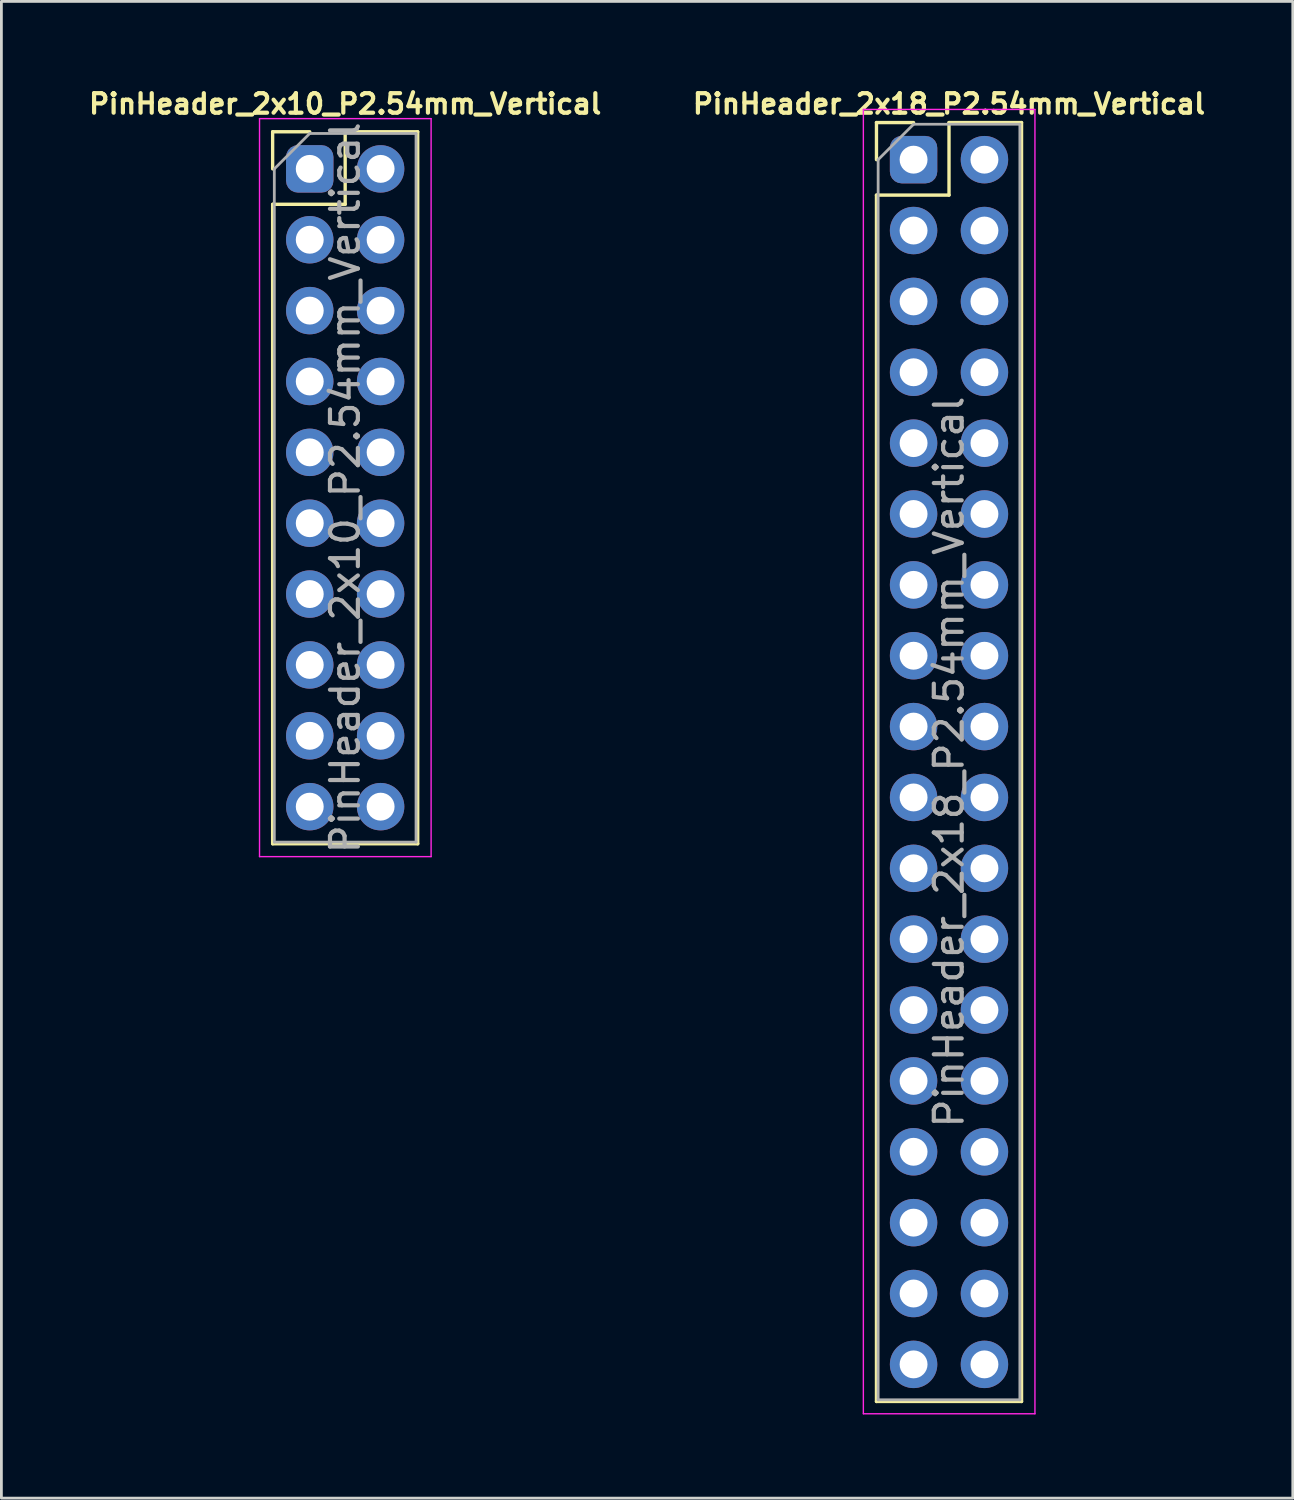
<source format=kicad_pcb>
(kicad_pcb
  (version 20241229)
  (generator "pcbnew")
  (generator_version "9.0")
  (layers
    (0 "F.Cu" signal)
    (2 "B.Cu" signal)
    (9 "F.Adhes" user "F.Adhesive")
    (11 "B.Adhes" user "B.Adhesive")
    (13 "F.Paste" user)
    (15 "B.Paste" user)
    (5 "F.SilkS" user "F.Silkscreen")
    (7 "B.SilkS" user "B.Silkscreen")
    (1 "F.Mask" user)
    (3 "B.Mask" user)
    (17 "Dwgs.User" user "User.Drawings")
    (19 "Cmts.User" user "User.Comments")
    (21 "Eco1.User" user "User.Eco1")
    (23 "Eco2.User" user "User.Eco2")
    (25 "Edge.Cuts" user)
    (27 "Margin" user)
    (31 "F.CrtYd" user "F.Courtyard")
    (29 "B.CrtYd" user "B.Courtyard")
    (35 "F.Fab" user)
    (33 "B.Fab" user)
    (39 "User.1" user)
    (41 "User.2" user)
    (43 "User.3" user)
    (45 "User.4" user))
  (footprint "PinHeader_2x10_P2.54mm_Vertical"
    (layer "F.Cu")
    (at 8.052 3.003)
    (property "Reference" "PinHeader_2x10_P2.54mm_Vertical" (at 1.27 -2.33 0) (layer "F.SilkS") (effects (font (size 0.7 0.7) (thickness 0.15))))
    (attr through_hole)
    (fp_line (start -1.33 -1.33) (end 0 -1.33) (stroke (width 0.12) (type solid)) (layer "F.SilkS"))
    (fp_line (start -1.33 0) (end -1.33 -1.33) (stroke (width 0.12) (type solid)) (layer "F.SilkS"))
    (fp_line (start -1.33 1.27) (end -1.33 24.19) (stroke (width 0.12) (type solid)) (layer "F.SilkS"))
    (fp_line (start -1.33 1.27) (end 1.27 1.27) (stroke (width 0.12) (type solid)) (layer "F.SilkS"))
    (fp_line (start -1.33 24.19) (end 3.87 24.19) (stroke (width 0.12) (type solid)) (layer "F.SilkS"))
    (fp_line (start 1.27 -1.33) (end 3.87 -1.33) (stroke (width 0.12) (type solid)) (layer "F.SilkS"))
    (fp_line (start 1.27 1.27) (end 1.27 -1.33) (stroke (width 0.12) (type solid)) (layer "F.SilkS"))
    (fp_line (start 3.87 -1.33) (end 3.87 24.19) (stroke (width 0.12) (type solid)) (layer "F.SilkS"))
    (fp_line (start -1.8 -1.8) (end -1.8 24.65) (stroke (width 0.05) (type solid)) (layer "F.CrtYd"))
    (fp_line (start -1.8 24.65) (end 4.35 24.65) (stroke (width 0.05) (type solid)) (layer "F.CrtYd"))
    (fp_line (start 4.35 -1.8) (end -1.8 -1.8) (stroke (width 0.05) (type solid)) (layer "F.CrtYd"))
    (fp_line (start 4.35 24.65) (end 4.35 -1.8) (stroke (width 0.05) (type solid)) (layer "F.CrtYd"))
    (fp_line (start -1.27 0) (end 0 -1.27) (stroke (width 0.1) (type solid)) (layer "F.Fab"))
    (fp_line (start -1.27 24.13) (end -1.27 0) (stroke (width 0.1) (type solid)) (layer "F.Fab"))
    (fp_line (start 0 -1.27) (end 3.81 -1.27) (stroke (width 0.1) (type solid)) (layer "F.Fab"))
    (fp_line (start 3.81 -1.27) (end 3.81 24.13) (stroke (width 0.1) (type solid)) (layer "F.Fab"))
    (fp_line (start 3.81 24.13) (end -1.27 24.13) (stroke (width 0.1) (type solid)) (layer "F.Fab"))
    (fp_text user "${REFERENCE}" (at 1.27 11.43 90) (layer "F.Fab") (effects (font (size 1 1) (thickness 0.15))))
    (pad "1" thru_hole roundrect (at 0 0) (size 1.7 1.7) (drill 1) (layers "*.Cu" "*.Mask") (roundrect_rratio 0.25))
    (pad "2" thru_hole oval (at 2.54 0) (size 1.7 1.7) (drill 1) (layers "*.Cu" "*.Mask"))
    (pad "3" thru_hole oval (at 0 2.54) (size 1.7 1.7) (drill 1) (layers "*.Cu" "*.Mask"))
    (pad "4" thru_hole oval (at 2.54 2.54) (size 1.7 1.7) (drill 1) (layers "*.Cu" "*.Mask"))
    (pad "5" thru_hole oval (at 0 5.08) (size 1.7 1.7) (drill 1) (layers "*.Cu" "*.Mask"))
    (pad "6" thru_hole oval (at 2.54 5.08) (size 1.7 1.7) (drill 1) (layers "*.Cu" "*.Mask"))
    (pad "7" thru_hole oval (at 0 7.62) (size 1.7 1.7) (drill 1) (layers "*.Cu" "*.Mask"))
    (pad "8" thru_hole oval (at 2.54 7.62) (size 1.7 1.7) (drill 1) (layers "*.Cu" "*.Mask"))
    (pad "9" thru_hole oval (at 0 10.16) (size 1.7 1.7) (drill 1) (layers "*.Cu" "*.Mask"))
    (pad "10" thru_hole oval (at 2.54 10.16) (size 1.7 1.7) (drill 1) (layers "*.Cu" "*.Mask"))
    (pad "11" thru_hole oval (at 0 12.7) (size 1.7 1.7) (drill 1) (layers "*.Cu" "*.Mask"))
    (pad "12" thru_hole oval (at 2.54 12.7) (size 1.7 1.7) (drill 1) (layers "*.Cu" "*.Mask"))
    (pad "13" thru_hole oval (at 0 15.24) (size 1.7 1.7) (drill 1) (layers "*.Cu" "*.Mask"))
    (pad "14" thru_hole oval (at 2.54 15.24) (size 1.7 1.7) (drill 1) (layers "*.Cu" "*.Mask"))
    (pad "15" thru_hole oval (at 0 17.78) (size 1.7 1.7) (drill 1) (layers "*.Cu" "*.Mask"))
    (pad "16" thru_hole oval (at 2.54 17.78) (size 1.7 1.7) (drill 1) (layers "*.Cu" "*.Mask"))
    (pad "17" thru_hole oval (at 0 20.32) (size 1.7 1.7) (drill 1) (layers "*.Cu" "*.Mask"))
    (pad "18" thru_hole oval (at 2.54 20.32) (size 1.7 1.7) (drill 1) (layers "*.Cu" "*.Mask"))
    (pad "19" thru_hole oval (at 0 22.86) (size 1.7 1.7) (drill 1) (layers "*.Cu" "*.Mask"))
    (pad "20" thru_hole oval (at 2.54 22.86) (size 1.7 1.7) (drill 1) (layers "*.Cu" "*.Mask")))
  (footprint "PinHeader_2x18_P2.54mm_Vertical"
    (layer "F.Cu")
    (at 29.695 2.673)
    (property "Reference" "PinHeader_2x18_P2.54mm_Vertical" (at 1.27 -2 0) (layer "F.SilkS") (effects (font (size 0.7 0.7) (thickness 0.15))))
    (attr through_hole)
    (fp_line (start -1.33 -1.33) (end 0 -1.33) (stroke (width 0.12) (type solid)) (layer "F.SilkS"))
    (fp_line (start -1.33 0) (end -1.33 -1.33) (stroke (width 0.12) (type solid)) (layer "F.SilkS"))
    (fp_line (start -1.33 1.27) (end -1.33 44.51) (stroke (width 0.12) (type solid)) (layer "F.SilkS"))
    (fp_line (start -1.33 1.27) (end 1.27 1.27) (stroke (width 0.12) (type solid)) (layer "F.SilkS"))
    (fp_line (start -1.33 44.51) (end 3.87 44.51) (stroke (width 0.12) (type solid)) (layer "F.SilkS"))
    (fp_line (start 1.27 -1.33) (end 3.87 -1.33) (stroke (width 0.12) (type solid)) (layer "F.SilkS"))
    (fp_line (start 1.27 1.27) (end 1.27 -1.33) (stroke (width 0.12) (type solid)) (layer "F.SilkS"))
    (fp_line (start 3.87 -1.33) (end 3.87 44.51) (stroke (width 0.12) (type solid)) (layer "F.SilkS"))
    (fp_line (start -1.8 -1.8) (end -1.8 44.95) (stroke (width 0.05) (type solid)) (layer "F.CrtYd"))
    (fp_line (start -1.8 44.95) (end 4.35 44.95) (stroke (width 0.05) (type solid)) (layer "F.CrtYd"))
    (fp_line (start 4.35 -1.8) (end -1.8 -1.8) (stroke (width 0.05) (type solid)) (layer "F.CrtYd"))
    (fp_line (start 4.35 44.95) (end 4.35 -1.8) (stroke (width 0.05) (type solid)) (layer "F.CrtYd"))
    (fp_line (start -1.27 0) (end 0 -1.27) (stroke (width 0.1) (type solid)) (layer "F.Fab"))
    (fp_line (start -1.27 44.45) (end -1.27 0) (stroke (width 0.1) (type solid)) (layer "F.Fab"))
    (fp_line (start 0 -1.27) (end 3.81 -1.27) (stroke (width 0.1) (type solid)) (layer "F.Fab"))
    (fp_line (start 3.81 -1.27) (end 3.81 44.45) (stroke (width 0.1) (type solid)) (layer "F.Fab"))
    (fp_line (start 3.81 44.45) (end -1.27 44.45) (stroke (width 0.1) (type solid)) (layer "F.Fab"))
    (fp_text user "${REFERENCE}" (at 1.27 21.59 90) (layer "F.Fab") (effects (font (size 1 1) (thickness 0.15))))
    (pad "1" thru_hole roundrect (at 0 0) (size 1.7 1.7) (drill 1) (layers "*.Cu" "*.Mask") (roundrect_rratio 0.25))
    (pad "2" thru_hole oval (at 2.54 0) (size 1.7 1.7) (drill 1) (layers "*.Cu" "*.Mask"))
    (pad "3" thru_hole oval (at 0 2.54) (size 1.7 1.7) (drill 1) (layers "*.Cu" "*.Mask"))
    (pad "4" thru_hole oval (at 2.54 2.54) (size 1.7 1.7) (drill 1) (layers "*.Cu" "*.Mask"))
    (pad "5" thru_hole oval (at 0 5.08) (size 1.7 1.7) (drill 1) (layers "*.Cu" "*.Mask"))
    (pad "6" thru_hole oval (at 2.54 5.08) (size 1.7 1.7) (drill 1) (layers "*.Cu" "*.Mask"))
    (pad "7" thru_hole oval (at 0 7.62) (size 1.7 1.7) (drill 1) (layers "*.Cu" "*.Mask"))
    (pad "8" thru_hole oval (at 2.54 7.62) (size 1.7 1.7) (drill 1) (layers "*.Cu" "*.Mask"))
    (pad "9" thru_hole oval (at 0 10.16) (size 1.7 1.7) (drill 1) (layers "*.Cu" "*.Mask"))
    (pad "10" thru_hole oval (at 2.54 10.16) (size 1.7 1.7) (drill 1) (layers "*.Cu" "*.Mask"))
    (pad "11" thru_hole oval (at 0 12.7) (size 1.7 1.7) (drill 1) (layers "*.Cu" "*.Mask"))
    (pad "12" thru_hole oval (at 2.54 12.7) (size 1.7 1.7) (drill 1) (layers "*.Cu" "*.Mask"))
    (pad "13" thru_hole oval (at 0 15.24) (size 1.7 1.7) (drill 1) (layers "*.Cu" "*.Mask"))
    (pad "14" thru_hole oval (at 2.54 15.24) (size 1.7 1.7) (drill 1) (layers "*.Cu" "*.Mask"))
    (pad "15" thru_hole oval (at 0 17.78) (size 1.7 1.7) (drill 1) (layers "*.Cu" "*.Mask"))
    (pad "16" thru_hole oval (at 2.54 17.78) (size 1.7 1.7) (drill 1) (layers "*.Cu" "*.Mask"))
    (pad "17" thru_hole oval (at 0 20.32) (size 1.7 1.7) (drill 1) (layers "*.Cu" "*.Mask"))
    (pad "18" thru_hole oval (at 2.54 20.32) (size 1.7 1.7) (drill 1) (layers "*.Cu" "*.Mask"))
    (pad "19" thru_hole oval (at 0 22.86) (size 1.7 1.7) (drill 1) (layers "*.Cu" "*.Mask"))
    (pad "20" thru_hole oval (at 2.54 22.86) (size 1.7 1.7) (drill 1) (layers "*.Cu" "*.Mask"))
    (pad "21" thru_hole oval (at 0 25.4) (size 1.7 1.7) (drill 1) (layers "*.Cu" "*.Mask"))
    (pad "22" thru_hole oval (at 2.54 25.4) (size 1.7 1.7) (drill 1) (layers "*.Cu" "*.Mask"))
    (pad "23" thru_hole oval (at 0 27.94) (size 1.7 1.7) (drill 1) (layers "*.Cu" "*.Mask"))
    (pad "24" thru_hole oval (at 2.54 27.94) (size 1.7 1.7) (drill 1) (layers "*.Cu" "*.Mask"))
    (pad "25" thru_hole oval (at 0 30.48) (size 1.7 1.7) (drill 1) (layers "*.Cu" "*.Mask"))
    (pad "26" thru_hole oval (at 2.54 30.48) (size 1.7 1.7) (drill 1) (layers "*.Cu" "*.Mask"))
    (pad "27" thru_hole oval (at 0 33.02) (size 1.7 1.7) (drill 1) (layers "*.Cu" "*.Mask"))
    (pad "28" thru_hole oval (at 2.54 33.02) (size 1.7 1.7) (drill 1) (layers "*.Cu" "*.Mask"))
    (pad "29" thru_hole oval (at 0 35.56) (size 1.7 1.7) (drill 1) (layers "*.Cu" "*.Mask"))
    (pad "30" thru_hole oval (at 2.54 35.56) (size 1.7 1.7) (drill 1) (layers "*.Cu" "*.Mask"))
    (pad "31" thru_hole oval (at 0 38.1) (size 1.7 1.7) (drill 1) (layers "*.Cu" "*.Mask"))
    (pad "32" thru_hole oval (at 2.54 38.1) (size 1.7 1.7) (drill 1) (layers "*.Cu" "*.Mask"))
    (pad "33" thru_hole oval (at 0 40.64) (size 1.7 1.7) (drill 1) (layers "*.Cu" "*.Mask"))
    (pad "34" thru_hole oval (at 2.54 40.64) (size 1.7 1.7) (drill 1) (layers "*.Cu" "*.Mask"))
    (pad "35" thru_hole oval (at 0 43.18) (size 1.7 1.7) (drill 1) (layers "*.Cu" "*.Mask"))
    (pad "36" thru_hole oval (at 2.54 43.18) (size 1.7 1.7) (drill 1) (layers "*.Cu" "*.Mask")))
  (gr_rect
    (start -3 -3)
    (end 43.287 50.648)
    (stroke (width 0.1) (type default))
    (fill no)
    (layer "Edge.Cuts")))
</source>
